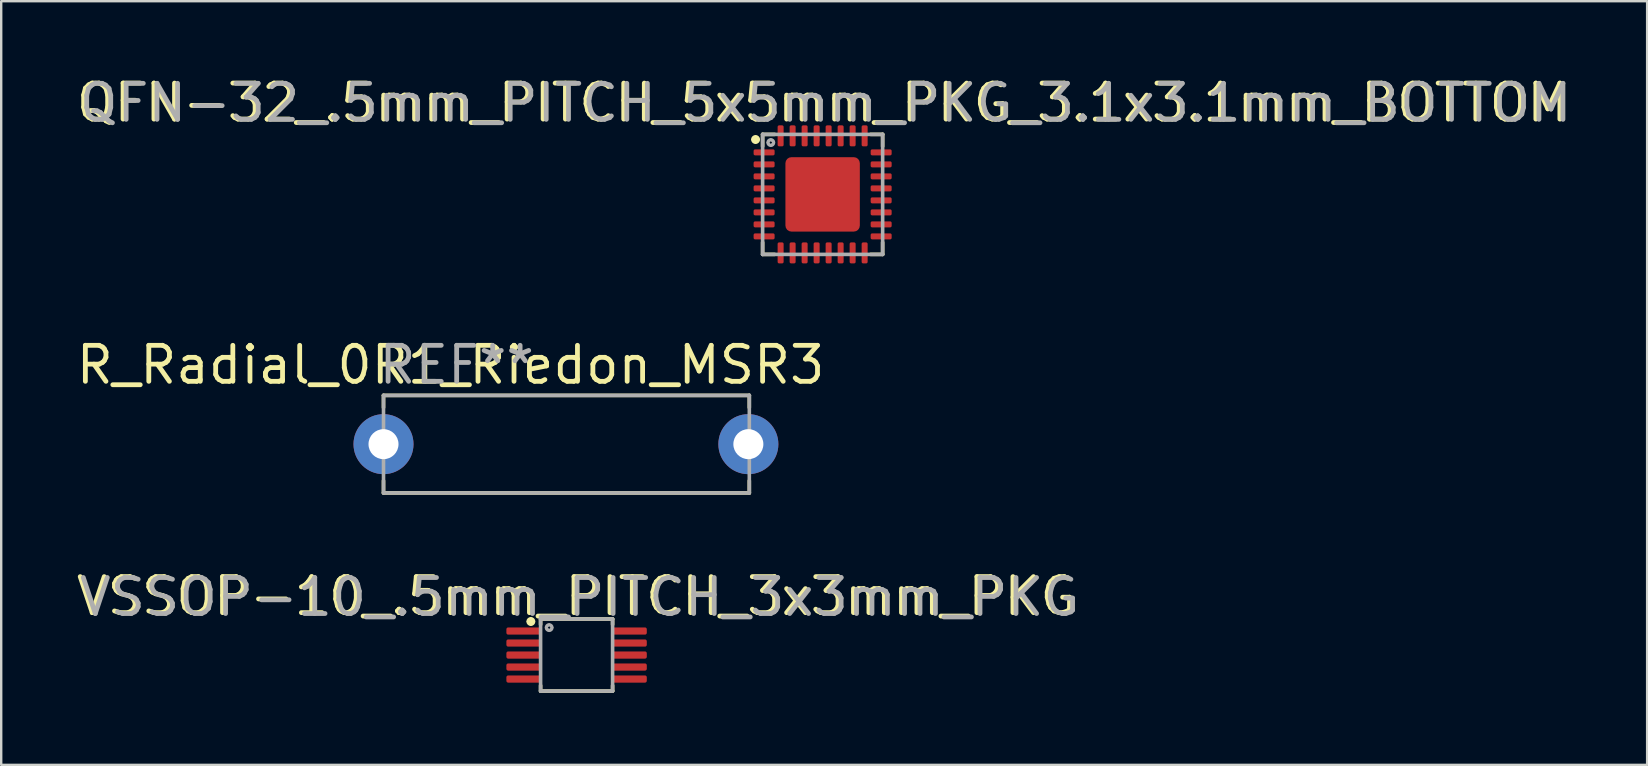
<source format=kicad_pcb>
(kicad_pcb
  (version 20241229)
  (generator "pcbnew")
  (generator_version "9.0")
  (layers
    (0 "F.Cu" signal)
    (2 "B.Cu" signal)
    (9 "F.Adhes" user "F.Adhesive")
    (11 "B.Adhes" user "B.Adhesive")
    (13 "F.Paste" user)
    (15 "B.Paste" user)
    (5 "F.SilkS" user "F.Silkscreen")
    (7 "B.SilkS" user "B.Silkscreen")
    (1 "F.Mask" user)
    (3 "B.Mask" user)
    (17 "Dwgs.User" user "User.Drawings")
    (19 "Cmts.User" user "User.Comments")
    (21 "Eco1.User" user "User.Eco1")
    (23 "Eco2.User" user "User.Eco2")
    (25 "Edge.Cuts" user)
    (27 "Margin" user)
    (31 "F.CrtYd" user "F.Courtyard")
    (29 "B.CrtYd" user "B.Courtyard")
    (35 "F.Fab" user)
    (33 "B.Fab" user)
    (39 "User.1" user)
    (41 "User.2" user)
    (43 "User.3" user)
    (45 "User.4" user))
  (footprint "QFN-32_.5mm_PITCH_5x5mm_PKG_3.1x3.1mm_BOTTOM"
    (layer "F.Cu")
    (at 31.221 5.048)
    (property "Reference" "QFN-32_.5mm_PITCH_5x5mm_PKG_3.1x3.1mm_BOTTOM" (at 0 -3.82 0) (layer "F.SilkS") (effects (font (size 1.5 1.5) (thickness 0.2))))
    (attr smd)
    (fp_line (start -2.5 -2) (end -2.5 -2.5) (stroke (width 0.15) (type solid)) (layer "F.SilkS"))
    (fp_line (start -2.5 2.5) (end -2.5 2) (stroke (width 0.15) (type solid)) (layer "F.SilkS"))
    (fp_line (start -2 -2.5) (end -2.5 -2.5) (stroke (width 0.15) (type solid)) (layer "F.SilkS"))
    (fp_line (start -2 2.5) (end -2.5 2.5) (stroke (width 0.15) (type solid)) (layer "F.SilkS"))
    (fp_line (start 2 -2.5) (end 2.5 -2.5) (stroke (width 0.15) (type solid)) (layer "F.SilkS"))
    (fp_line (start 2 2.5) (end 2.5 2.5) (stroke (width 0.15) (type solid)) (layer "F.SilkS"))
    (fp_line (start 2.5 -2.5) (end 2.5 -2) (stroke (width 0.15) (type solid)) (layer "F.SilkS"))
    (fp_line (start 2.5 2.5) (end 2.5 2) (stroke (width 0.15) (type solid)) (layer "F.SilkS"))
    (fp_circle (center -2.794 -2.286) (end -2.667 -2.286) (stroke (width 0.12) (type solid)) (fill no) (layer "F.SilkS"))
    (fp_poly (pts (xy -2.794 -2.413) (xy -2.667 -2.286) (xy -2.794 -2.159) (xy -2.921 -2.286)) (stroke (width 0.1) (type solid)) (fill yes) (layer "F.SilkS"))
    (fp_line (start -2.5 -2.5) (end 2.5 -2.5) (stroke (width 0.15) (type solid)) (layer "F.Fab"))
    (fp_line (start -2.5 2.5) (end -2.5 -2.5) (stroke (width 0.15) (type solid)) (layer "F.Fab"))
    (fp_line (start 2.5 -2.5) (end 2.5 2.5) (stroke (width 0.15) (type solid)) (layer "F.Fab"))
    (fp_line (start 2.5 2.5) (end -2.5 2.5) (stroke (width 0.15) (type solid)) (layer "F.Fab"))
    (fp_circle (center -2.159 -2.159) (end -2.032 -2.159) (stroke (width 0.12) (type solid)) (fill no) (layer "F.Fab"))
    (fp_poly (pts (xy -2.159 -2.286) (xy -2.032 -2.159) (xy -2.159 -2.032) (xy -2.286 -2.159)) (stroke (width 0.1) (type solid)) (fill no) (layer "F.Fab"))
    (fp_text user "${REFERENCE}" (at 0.127 -3.81 0) (layer "F.Fab") (effects (font (size 1.5 1.5) (thickness 0.2))))
    (pad "" smd roundrect (at -1.03 -1.03) (size 0.83 0.83) (layers "F.Paste") (roundrect_rratio 0.25))
    (pad "" smd roundrect (at -1.03 0) (size 0.83 0.83) (layers "F.Paste") (roundrect_rratio 0.25))
    (pad "" smd roundrect (at -1.03 1.03) (size 0.83 0.83) (layers "F.Paste") (roundrect_rratio 0.25))
    (pad "" smd roundrect (at 0 -1.03) (size 0.83 0.83) (layers "F.Paste") (roundrect_rratio 0.25))
    (pad "" smd roundrect (at 0 0) (size 0.83 0.83) (layers "F.Paste") (roundrect_rratio 0.25))
    (pad "" smd roundrect (at 0 1.03) (size 0.83 0.83) (layers "F.Paste") (roundrect_rratio 0.25))
    (pad "" smd roundrect (at 1.03 -1.03) (size 0.83 0.83) (layers "F.Paste") (roundrect_rratio 0.25))
    (pad "" smd roundrect (at 1.03 0) (size 0.83 0.83) (layers "F.Paste") (roundrect_rratio 0.25))
    (pad "" smd roundrect (at 1.03 1.03) (size 0.83 0.83) (layers "F.Paste") (roundrect_rratio 0.25))
    (pad "1" smd roundrect (at -2.438 -1.75) (size 0.875 0.25) (layers "F.Cu" "F.Mask" "F.Paste") (roundrect_rratio 0.25))
    (pad "2" smd roundrect (at -2.438 -1.25) (size 0.875 0.25) (layers "F.Cu" "F.Mask" "F.Paste") (roundrect_rratio 0.25))
    (pad "3" smd roundrect (at -2.438 -0.75) (size 0.875 0.25) (layers "F.Cu" "F.Mask" "F.Paste") (roundrect_rratio 0.25))
    (pad "4" smd roundrect (at -2.438 -0.25) (size 0.875 0.25) (layers "F.Cu" "F.Mask" "F.Paste") (roundrect_rratio 0.25))
    (pad "5" smd roundrect (at -2.438 0.25) (size 0.875 0.25) (layers "F.Cu" "F.Mask" "F.Paste") (roundrect_rratio 0.25))
    (pad "6" smd roundrect (at -2.438 0.75) (size 0.875 0.25) (layers "F.Cu" "F.Mask" "F.Paste") (roundrect_rratio 0.25))
    (pad "7" smd roundrect (at -2.438 1.25) (size 0.875 0.25) (layers "F.Cu" "F.Mask" "F.Paste") (roundrect_rratio 0.25))
    (pad "8" smd roundrect (at -2.438 1.75) (size 0.875 0.25) (layers "F.Cu" "F.Mask" "F.Paste") (roundrect_rratio 0.25))
    (pad "9" smd roundrect (at -1.75 2.438) (size 0.25 0.875) (layers "F.Cu" "F.Mask" "F.Paste") (roundrect_rratio 0.25))
    (pad "10" smd roundrect (at -1.25 2.438) (size 0.25 0.875) (layers "F.Cu" "F.Mask" "F.Paste") (roundrect_rratio 0.25))
    (pad "11" smd roundrect (at -0.75 2.438) (size 0.25 0.875) (layers "F.Cu" "F.Mask" "F.Paste") (roundrect_rratio 0.25))
    (pad "12" smd roundrect (at -0.25 2.438) (size 0.25 0.875) (layers "F.Cu" "F.Mask" "F.Paste") (roundrect_rratio 0.25))
    (pad "13" smd roundrect (at 0.25 2.438) (size 0.25 0.875) (layers "F.Cu" "F.Mask" "F.Paste") (roundrect_rratio 0.25))
    (pad "14" smd roundrect (at 0.75 2.438) (size 0.25 0.875) (layers "F.Cu" "F.Mask" "F.Paste") (roundrect_rratio 0.25))
    (pad "15" smd roundrect (at 1.25 2.438) (size 0.25 0.875) (layers "F.Cu" "F.Mask" "F.Paste") (roundrect_rratio 0.25))
    (pad "16" smd roundrect (at 1.75 2.438) (size 0.25 0.875) (layers "F.Cu" "F.Mask" "F.Paste") (roundrect_rratio 0.25))
    (pad "17" smd roundrect (at 2.438 1.75) (size 0.875 0.25) (layers "F.Cu" "F.Mask" "F.Paste") (roundrect_rratio 0.25))
    (pad "18" smd roundrect (at 2.438 1.25) (size 0.875 0.25) (layers "F.Cu" "F.Mask" "F.Paste") (roundrect_rratio 0.25))
    (pad "19" smd roundrect (at 2.438 0.75) (size 0.875 0.25) (layers "F.Cu" "F.Mask" "F.Paste") (roundrect_rratio 0.25))
    (pad "20" smd roundrect (at 2.438 0.25) (size 0.875 0.25) (layers "F.Cu" "F.Mask" "F.Paste") (roundrect_rratio 0.25))
    (pad "21" smd roundrect (at 2.438 -0.25) (size 0.875 0.25) (layers "F.Cu" "F.Mask" "F.Paste") (roundrect_rratio 0.25))
    (pad "22" smd roundrect (at 2.438 -0.75) (size 0.875 0.25) (layers "F.Cu" "F.Mask" "F.Paste") (roundrect_rratio 0.25))
    (pad "23" smd roundrect (at 2.438 -1.25) (size 0.875 0.25) (layers "F.Cu" "F.Mask" "F.Paste") (roundrect_rratio 0.25))
    (pad "24" smd roundrect (at 2.438 -1.75) (size 0.875 0.25) (layers "F.Cu" "F.Mask" "F.Paste") (roundrect_rratio 0.25))
    (pad "25" smd roundrect (at 1.75 -2.438) (size 0.25 0.875) (layers "F.Cu" "F.Mask" "F.Paste") (roundrect_rratio 0.25))
    (pad "26" smd roundrect (at 1.25 -2.438) (size 0.25 0.875) (layers "F.Cu" "F.Mask" "F.Paste") (roundrect_rratio 0.25))
    (pad "27" smd roundrect (at 0.75 -2.438) (size 0.25 0.875) (layers "F.Cu" "F.Mask" "F.Paste") (roundrect_rratio 0.25))
    (pad "28" smd roundrect (at 0.25 -2.438) (size 0.25 0.875) (layers "F.Cu" "F.Mask" "F.Paste") (roundrect_rratio 0.25))
    (pad "29" smd roundrect (at -0.25 -2.438) (size 0.25 0.875) (layers "F.Cu" "F.Mask" "F.Paste") (roundrect_rratio 0.25))
    (pad "30" smd roundrect (at -0.75 -2.438) (size 0.25 0.875) (layers "F.Cu" "F.Mask" "F.Paste") (roundrect_rratio 0.25))
    (pad "31" smd roundrect (at -1.25 -2.438) (size 0.25 0.875) (layers "F.Cu" "F.Mask" "F.Paste") (roundrect_rratio 0.25))
    (pad "32" smd roundrect (at -1.75 -2.438) (size 0.25 0.875) (layers "F.Cu" "F.Mask" "F.Paste") (roundrect_rratio 0.25))
    (pad "33" smd roundrect (at 0 0) (size 3.1 3.1) (layers "F.Cu" "F.Mask") (roundrect_rratio 0.081)))
  (footprint "R_Radial_0R1_Riedon_MSR3"
    (layer "F.Cu")
    (at 12.927 15.454)
    (property "Reference" "R_Radial_0R1_Riedon_MSR3" (at 2.794 -3.302 0) (layer "F.SilkS") (effects (font (size 1.5 1.5) (thickness 0.2))))
    (attr through_hole)
    (fp_line (start 0 -2.032) (end 15.24 -2.032) (stroke (width 0.15) (type solid)) (layer "F.SilkS"))
    (fp_line (start 0 -1.524) (end 0 -2.032) (stroke (width 0.15) (type solid)) (layer "F.SilkS"))
    (fp_line (start 0 2.032) (end 0 1.524) (stroke (width 0.15) (type solid)) (layer "F.SilkS"))
    (fp_line (start 15.24 -2.032) (end 15.24 -1.524) (stroke (width 0.15) (type solid)) (layer "F.SilkS"))
    (fp_line (start 15.24 1.524) (end 15.24 2.032) (stroke (width 0.15) (type solid)) (layer "F.SilkS"))
    (fp_line (start 15.24 2.032) (end 0 2.032) (stroke (width 0.15) (type solid)) (layer "F.SilkS"))
    (fp_line (start 0 -2.032) (end 15.24 -2.032) (stroke (width 0.15) (type solid)) (layer "F.Fab"))
    (fp_line (start 0 2.032) (end 0 -2.032) (stroke (width 0.15) (type solid)) (layer "F.Fab"))
    (fp_line (start 15.24 -2.032) (end 15.24 2.032) (stroke (width 0.15) (type solid)) (layer "F.Fab"))
    (fp_line (start 15.24 2.032) (end 0 2.032) (stroke (width 0.15) (type solid)) (layer "F.Fab"))
    (fp_text user "REF**" (at 3.048 -3.302 0) (layer "F.Fab") (effects (font (size 1.5 1.5) (thickness 0.2))))
    (pad "1" thru_hole circle (at 0 0) (size 2.5 2.5) (drill 1.25) (layers "*.Cu" "*.Mask"))
    (pad "2" thru_hole circle (at 15.2 0) (size 2.5 2.5) (drill 1.25) (layers "*.Cu" "*.Mask")))
  (footprint "VSSOP-10_.5mm_PITCH_3x3mm_PKG"
    (layer "F.Cu")
    (at 20.971 24.239)
    (property "Reference" "VSSOP-10_.5mm_PITCH_3x3mm_PKG" (at 0 -2.45 0) (layer "F.SilkS") (effects (font (size 1.5 1.5) (thickness 0.2))))
    (attr smd)
    (fp_line (start -1.5 -1.5) (end -1.5 -1.27) (stroke (width 0.15) (type solid)) (layer "F.SilkS"))
    (fp_line (start -1.5 1.5) (end -1.5 1.27) (stroke (width 0.15) (type solid)) (layer "F.SilkS"))
    (fp_line (start 1.5 -1.5) (end -1.5 -1.5) (stroke (width 0.15) (type solid)) (layer "F.SilkS"))
    (fp_line (start 1.5 -1.5) (end 1.5 -1.27) (stroke (width 0.15) (type solid)) (layer "F.SilkS"))
    (fp_line (start 1.5 1.5) (end -1.5 1.5) (stroke (width 0.15) (type solid)) (layer "F.SilkS"))
    (fp_line (start 1.5 1.5) (end 1.5 1.27) (stroke (width 0.15) (type solid)) (layer "F.SilkS"))
    (fp_circle (center -1.905 -1.397) (end -1.905 -1.27) (stroke (width 0.12) (type solid)) (fill no) (layer "F.SilkS"))
    (fp_poly (pts (xy -1.905 -1.524) (xy -1.778 -1.397) (xy -1.905 -1.27) (xy -2.032 -1.397)) (stroke (width 0.1) (type solid)) (fill yes) (layer "F.SilkS"))
    (fp_line (start -1.5 -1.5) (end 1.5 -1.5) (stroke (width 0.15) (type solid)) (layer "F.Fab"))
    (fp_line (start -1.5 1.5) (end -1.5 -1.5) (stroke (width 0.15) (type solid)) (layer "F.Fab"))
    (fp_line (start 1.5 -1.5) (end 1.5 1.5) (stroke (width 0.15) (type solid)) (layer "F.Fab"))
    (fp_line (start 1.5 1.5) (end -1.5 1.5) (stroke (width 0.15) (type solid)) (layer "F.Fab"))
    (fp_circle (center -1.143 -1.143) (end -1.016 -1.143) (stroke (width 0.12) (type solid)) (fill no) (layer "F.Fab"))
    (fp_poly (pts (xy -1.143 -1.27) (xy -1.016 -1.143) (xy -1.143 -1.016) (xy -1.27 -1.143)) (stroke (width 0.1) (type solid)) (fill no) (layer "F.Fab"))
    (fp_text user "${REFERENCE}" (at 0.127 -2.413 0) (layer "F.Fab") (effects (font (size 1.5 1.5) (thickness 0.2))))
    (pad "1" smd roundrect (at -2.2 -1) (size 1.45 0.3) (layers "F.Cu" "F.Mask" "F.Paste") (roundrect_rratio 0.25))
    (pad "2" smd roundrect (at -2.2 -0.5) (size 1.45 0.3) (layers "F.Cu" "F.Mask" "F.Paste") (roundrect_rratio 0.25))
    (pad "3" smd roundrect (at -2.2 0) (size 1.45 0.3) (layers "F.Cu" "F.Mask" "F.Paste") (roundrect_rratio 0.25))
    (pad "4" smd roundrect (at -2.2 0.5) (size 1.45 0.3) (layers "F.Cu" "F.Mask" "F.Paste") (roundrect_rratio 0.25))
    (pad "5" smd roundrect (at -2.2 1) (size 1.45 0.3) (layers "F.Cu" "F.Mask" "F.Paste") (roundrect_rratio 0.25))
    (pad "6" smd roundrect (at 2.2 1) (size 1.45 0.3) (layers "F.Cu" "F.Mask" "F.Paste") (roundrect_rratio 0.25))
    (pad "7" smd roundrect (at 2.2 0.5) (size 1.45 0.3) (layers "F.Cu" "F.Mask" "F.Paste") (roundrect_rratio 0.25))
    (pad "8" smd roundrect (at 2.2 0) (size 1.45 0.3) (layers "F.Cu" "F.Mask" "F.Paste") (roundrect_rratio 0.25))
    (pad "9" smd roundrect (at 2.2 -0.5) (size 1.45 0.3) (layers "F.Cu" "F.Mask" "F.Paste") (roundrect_rratio 0.25))
    (pad "10" smd roundrect (at 2.2 -1) (size 1.45 0.3) (layers "F.Cu" "F.Mask" "F.Paste") (roundrect_rratio 0.25)))
  (gr_rect
    (start -3 -3)
    (end 65.57 28.814)
    (stroke (width 0.1) (type default))
    (fill no)
    (layer "Edge.Cuts")))
</source>
